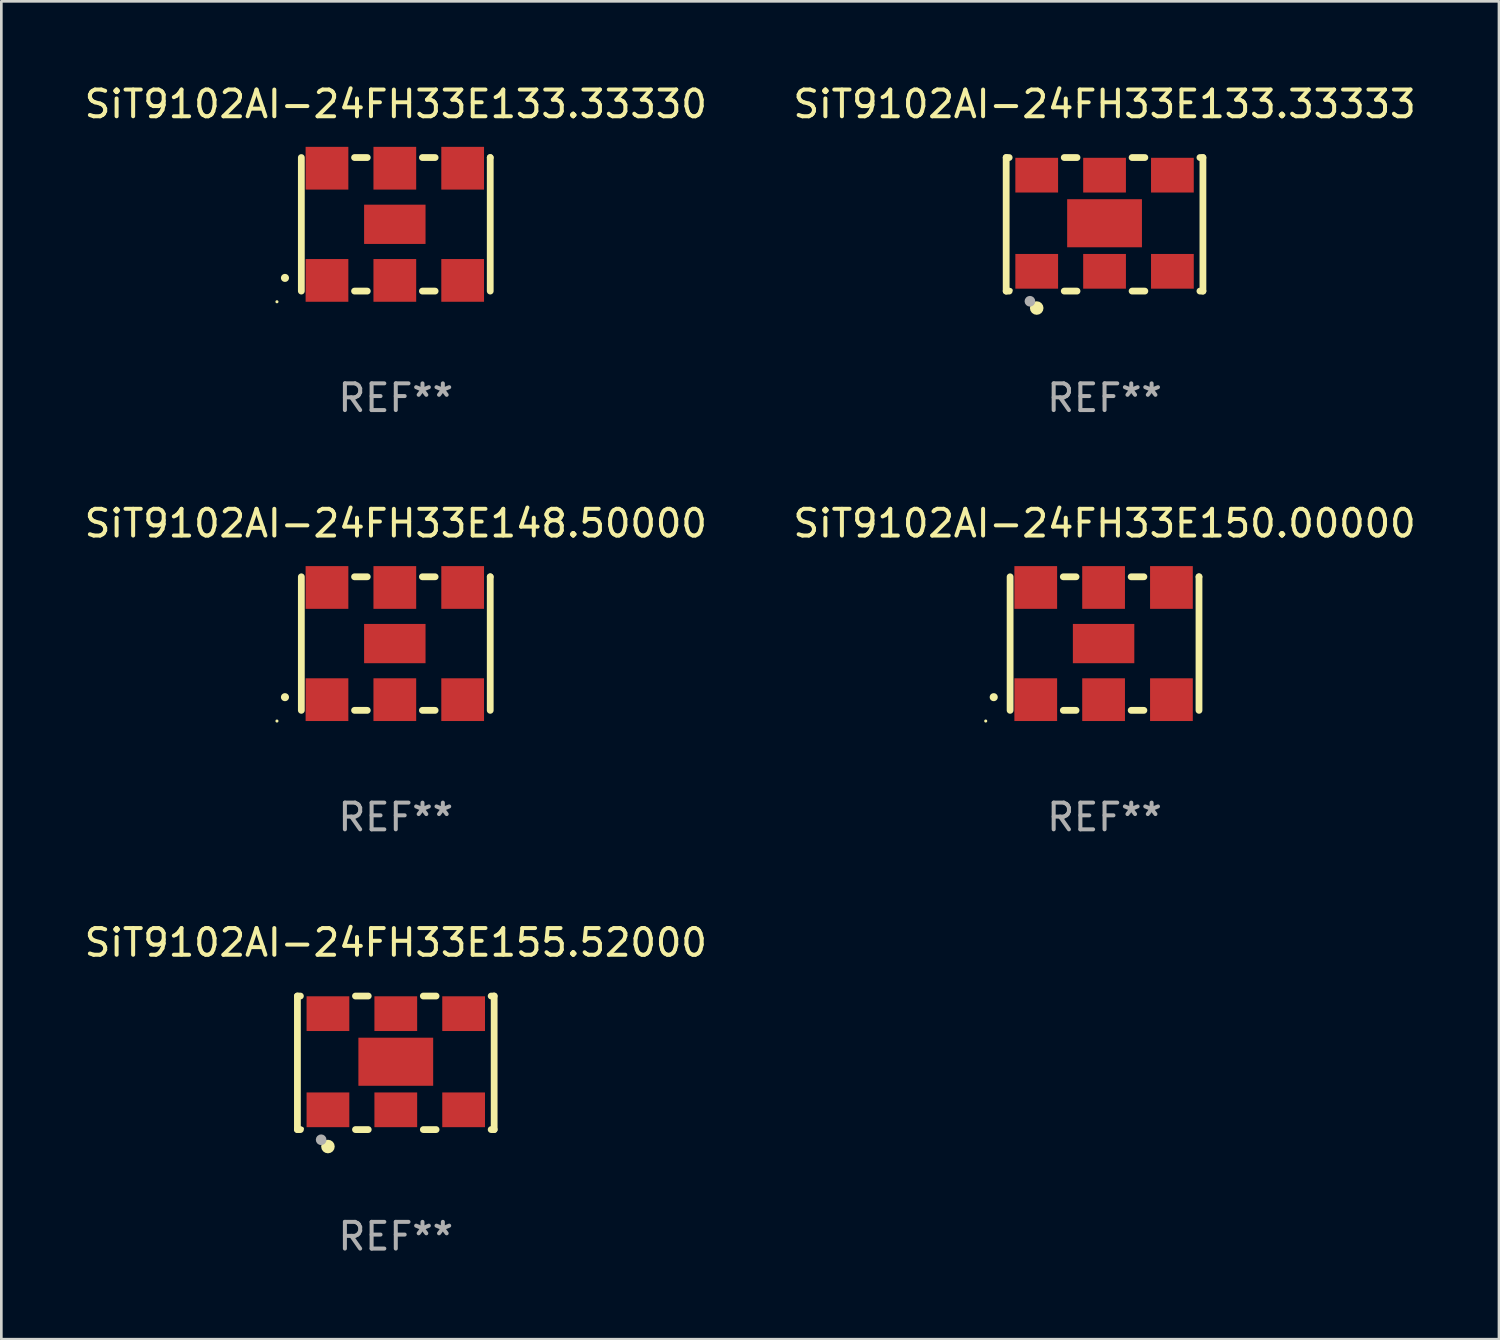
<source format=kicad_pcb>
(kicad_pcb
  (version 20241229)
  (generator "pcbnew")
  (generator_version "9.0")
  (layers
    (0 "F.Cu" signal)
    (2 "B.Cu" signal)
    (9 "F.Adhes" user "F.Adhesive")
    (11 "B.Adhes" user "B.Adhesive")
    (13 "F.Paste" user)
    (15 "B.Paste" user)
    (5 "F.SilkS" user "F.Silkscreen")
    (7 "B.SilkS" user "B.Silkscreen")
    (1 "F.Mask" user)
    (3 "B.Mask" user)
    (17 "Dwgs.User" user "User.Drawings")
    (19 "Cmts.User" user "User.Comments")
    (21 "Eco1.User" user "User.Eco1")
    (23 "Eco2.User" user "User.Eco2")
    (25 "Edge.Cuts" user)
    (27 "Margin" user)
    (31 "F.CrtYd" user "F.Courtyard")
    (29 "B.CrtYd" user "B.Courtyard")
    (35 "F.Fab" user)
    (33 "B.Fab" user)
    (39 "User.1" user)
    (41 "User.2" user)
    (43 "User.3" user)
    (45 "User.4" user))
  (footprint "SiT9102AI-24FH33E133.33330"
    (layer "F.Cu")
    (at 11.768 5.348)
    (property "Reference" "SiT9102AI-24FH33E133.33330" (at 0 -4.5 0) (layer "F.SilkS") (effects (font (size 1 1) (thickness 0.15))))
    (attr through_hole)
    (fp_line (start -3.536 -2.5) (end -3.536 2.5) (stroke (width 0.254) (type solid)) (layer "F.SilkS"))
    (fp_line (start -1.544 2.5) (end -1.067 2.5) (stroke (width 0.254) (type solid)) (layer "F.SilkS"))
    (fp_line (start -1.067 -2.5) (end -1.544 -2.5) (stroke (width 0.254) (type solid)) (layer "F.SilkS"))
    (fp_line (start 0.996 2.5) (end 1.473 2.5) (stroke (width 0.254) (type solid)) (layer "F.SilkS"))
    (fp_line (start 1.473 -2.5) (end 0.996 -2.5) (stroke (width 0.254) (type solid)) (layer "F.SilkS"))
    (fp_line (start 3.536 -2.5) (end 3.536 -2.5) (stroke (width 0.254) (type solid)) (layer "F.SilkS"))
    (fp_line (start 3.536 2.5) (end 3.536 -2.5) (stroke (width 0.254) (type solid)) (layer "F.SilkS"))
    (fp_arc (start -4.150432 2.006604) (mid -4.149162 2.006599) (end -4.147892 2.006604) (stroke (width 0.3) (type solid)) (layer "F.SilkS"))
    (fp_circle (center -4.449 2.9) (end -4.419 2.9) (stroke (width 0.06) (type solid)) (fill no) (layer "F.SilkS"))
    (fp_text user "REF**" (at 0 6.5 0) (layer "F.Fab") (effects (font (size 1 1) (thickness 0.15))))
    (pad "1" smd rect (at -2.576 2.1) (size 1.6 1.6) (layers "F.Cu" "F.Mask" "F.Paste"))
    (pad "2" smd rect (at -0.036 2.1) (size 1.6 1.6) (layers "F.Cu" "F.Mask" "F.Paste"))
    (pad "3" smd rect (at 2.504 2.1) (size 1.6 1.6) (layers "F.Cu" "F.Mask" "F.Paste"))
    (pad "4" smd rect (at 2.504 -2.1) (size 1.6 1.6) (layers "F.Cu" "F.Mask" "F.Paste"))
    (pad "5" smd rect (at -0.036 -2.1) (size 1.6 1.6) (layers "F.Cu" "F.Mask" "F.Paste"))
    (pad "6" smd rect (at -2.576 -2.1) (size 1.6 1.6) (layers "F.Cu" "F.Mask" "F.Paste"))
    (pad "7" smd rect (at -0.036 0) (size 2.3 1.47) (layers "F.Cu" "F.Mask" "F.Paste")))
  (footprint "SiT9102AI-24FH33E133.33333"
    (layer "F.Cu")
    (at 38.304 5.348)
    (property "Reference" "SiT9102AI-24FH33E133.33333" (at 0 -4.5 0) (layer "F.SilkS") (effects (font (size 1 1) (thickness 0.15))))
    (attr through_hole)
    (fp_line (start -3.683 -2.5) (end -3.571 -2.5) (stroke (width 0.254) (type solid)) (layer "F.SilkS"))
    (fp_line (start -3.683 2.5) (end -3.683 -2.5) (stroke (width 0.254) (type solid)) (layer "F.SilkS"))
    (fp_line (start -3.683 2.5) (end -3.571 2.5) (stroke (width 0.254) (type solid)) (layer "F.SilkS"))
    (fp_line (start -1.509 -2.5) (end -1.031 -2.5) (stroke (width 0.254) (type solid)) (layer "F.SilkS"))
    (fp_line (start -1.509 2.5) (end -1.031 2.5) (stroke (width 0.254) (type solid)) (layer "F.SilkS"))
    (fp_line (start 1.031 -2.5) (end 1.509 -2.5) (stroke (width 0.254) (type solid)) (layer "F.SilkS"))
    (fp_line (start 1.031 2.5) (end 1.509 2.5) (stroke (width 0.254) (type solid)) (layer "F.SilkS"))
    (fp_line (start 3.571 -2.5) (end 3.683 -2.5) (stroke (width 0.254) (type solid)) (layer "F.SilkS"))
    (fp_line (start 3.571 2.5) (end 3.683 2.5) (stroke (width 0.254) (type solid)) (layer "F.SilkS"))
    (fp_line (start 3.683 2.5) (end 3.683 -2.5) (stroke (width 0.254) (type solid)) (layer "F.SilkS"))
    (fp_circle (center -3.5 2.46) (end -3.47 2.46) (stroke (width 0.06) (type solid)) (fill no) (layer "F.SilkS"))
    (fp_circle (center -2.54 3.135) (end -2.413 3.135) (stroke (width 0.254) (type solid)) (fill no) (layer "F.SilkS"))
    (fp_circle (center -2.794 2.881) (end -2.694 2.881) (stroke (width 0.2) (type solid)) (fill no) (layer "F.Fab"))
    (fp_text user "REF**" (at 0 6.5 0) (layer "F.Fab") (effects (font (size 1 1) (thickness 0.15))))
    (pad "1" smd rect (at -2.54 1.76) (size 1.6 1.3) (layers "F.Cu" "F.Mask" "F.Paste"))
    (pad "2" smd rect (at 0 1.76) (size 1.6 1.3) (layers "F.Cu" "F.Mask" "F.Paste"))
    (pad "3" smd rect (at 2.54 1.76) (size 1.6 1.3) (layers "F.Cu" "F.Mask" "F.Paste"))
    (pad "4" smd rect (at 2.54 -1.84) (size 1.6 1.3) (layers "F.Cu" "F.Mask" "F.Paste"))
    (pad "5" smd rect (at 0 -1.84) (size 1.6 1.3) (layers "F.Cu" "F.Mask" "F.Paste"))
    (pad "6" smd rect (at -2.54 -1.84) (size 1.6 1.3) (layers "F.Cu" "F.Mask" "F.Paste"))
    (pad "7" smd rect (at 0 -0.04) (size 2.8 1.8) (layers "F.Cu" "F.Mask" "F.Paste")))
  (footprint "SiT9102AI-24FH33E150.00000"
    (layer "F.Cu")
    (at 38.304 21.045)
    (property "Reference" "SiT9102AI-24FH33E150.00000" (at 0 -4.5 0) (layer "F.SilkS") (effects (font (size 1 1) (thickness 0.15))))
    (attr through_hole)
    (fp_line (start -3.536 -2.5) (end -3.536 2.5) (stroke (width 0.254) (type solid)) (layer "F.SilkS"))
    (fp_line (start -1.544 2.5) (end -1.067 2.5) (stroke (width 0.254) (type solid)) (layer "F.SilkS"))
    (fp_line (start -1.067 -2.5) (end -1.544 -2.5) (stroke (width 0.254) (type solid)) (layer "F.SilkS"))
    (fp_line (start 0.996 2.5) (end 1.473 2.5) (stroke (width 0.254) (type solid)) (layer "F.SilkS"))
    (fp_line (start 1.473 -2.5) (end 0.996 -2.5) (stroke (width 0.254) (type solid)) (layer "F.SilkS"))
    (fp_line (start 3.536 -2.5) (end 3.536 -2.5) (stroke (width 0.254) (type solid)) (layer "F.SilkS"))
    (fp_line (start 3.536 2.5) (end 3.536 -2.5) (stroke (width 0.254) (type solid)) (layer "F.SilkS"))
    (fp_arc (start -4.150432 2.006604) (mid -4.149162 2.006599) (end -4.147892 2.006604) (stroke (width 0.3) (type solid)) (layer "F.SilkS"))
    (fp_circle (center -4.449 2.9) (end -4.419 2.9) (stroke (width 0.06) (type solid)) (fill no) (layer "F.SilkS"))
    (fp_text user "REF**" (at 0 6.5 0) (layer "F.Fab") (effects (font (size 1 1) (thickness 0.15))))
    (pad "1" smd rect (at -2.576 2.1) (size 1.6 1.6) (layers "F.Cu" "F.Mask" "F.Paste"))
    (pad "2" smd rect (at -0.036 2.1) (size 1.6 1.6) (layers "F.Cu" "F.Mask" "F.Paste"))
    (pad "3" smd rect (at 2.504 2.1) (size 1.6 1.6) (layers "F.Cu" "F.Mask" "F.Paste"))
    (pad "4" smd rect (at 2.504 -2.1) (size 1.6 1.6) (layers "F.Cu" "F.Mask" "F.Paste"))
    (pad "5" smd rect (at -0.036 -2.1) (size 1.6 1.6) (layers "F.Cu" "F.Mask" "F.Paste"))
    (pad "6" smd rect (at -2.576 -2.1) (size 1.6 1.6) (layers "F.Cu" "F.Mask" "F.Paste"))
    (pad "7" smd rect (at -0.036 0) (size 2.3 1.47) (layers "F.Cu" "F.Mask" "F.Paste")))
  (footprint "SiT9102AI-24FH33E148.50000"
    (layer "F.Cu")
    (at 11.768 21.045)
    (property "Reference" "SiT9102AI-24FH33E148.50000" (at 0 -4.5 0) (layer "F.SilkS") (effects (font (size 1 1) (thickness 0.15))))
    (attr through_hole)
    (fp_line (start -3.536 -2.5) (end -3.536 2.5) (stroke (width 0.254) (type solid)) (layer "F.SilkS"))
    (fp_line (start -1.544 2.5) (end -1.067 2.5) (stroke (width 0.254) (type solid)) (layer "F.SilkS"))
    (fp_line (start -1.067 -2.5) (end -1.544 -2.5) (stroke (width 0.254) (type solid)) (layer "F.SilkS"))
    (fp_line (start 0.996 2.5) (end 1.473 2.5) (stroke (width 0.254) (type solid)) (layer "F.SilkS"))
    (fp_line (start 1.473 -2.5) (end 0.996 -2.5) (stroke (width 0.254) (type solid)) (layer "F.SilkS"))
    (fp_line (start 3.536 -2.5) (end 3.536 -2.5) (stroke (width 0.254) (type solid)) (layer "F.SilkS"))
    (fp_line (start 3.536 2.5) (end 3.536 -2.5) (stroke (width 0.254) (type solid)) (layer "F.SilkS"))
    (fp_arc (start -4.150432 2.006604) (mid -4.149162 2.006599) (end -4.147892 2.006604) (stroke (width 0.3) (type solid)) (layer "F.SilkS"))
    (fp_circle (center -4.449 2.9) (end -4.419 2.9) (stroke (width 0.06) (type solid)) (fill no) (layer "F.SilkS"))
    (fp_text user "REF**" (at 0 6.5 0) (layer "F.Fab") (effects (font (size 1 1) (thickness 0.15))))
    (pad "1" smd rect (at -2.576 2.1) (size 1.6 1.6) (layers "F.Cu" "F.Mask" "F.Paste"))
    (pad "2" smd rect (at -0.036 2.1) (size 1.6 1.6) (layers "F.Cu" "F.Mask" "F.Paste"))
    (pad "3" smd rect (at 2.504 2.1) (size 1.6 1.6) (layers "F.Cu" "F.Mask" "F.Paste"))
    (pad "4" smd rect (at 2.504 -2.1) (size 1.6 1.6) (layers "F.Cu" "F.Mask" "F.Paste"))
    (pad "5" smd rect (at -0.036 -2.1) (size 1.6 1.6) (layers "F.Cu" "F.Mask" "F.Paste"))
    (pad "6" smd rect (at -2.576 -2.1) (size 1.6 1.6) (layers "F.Cu" "F.Mask" "F.Paste"))
    (pad "7" smd rect (at -0.036 0) (size 2.3 1.47) (layers "F.Cu" "F.Mask" "F.Paste")))
  (footprint "SiT9102AI-24FH33E155.52000"
    (layer "F.Cu")
    (at 11.768 36.741)
    (property "Reference" "SiT9102AI-24FH33E155.52000" (at 0 -4.5 0) (layer "F.SilkS") (effects (font (size 1 1) (thickness 0.15))))
    (attr through_hole)
    (fp_line (start -3.683 -2.5) (end -3.571 -2.5) (stroke (width 0.254) (type solid)) (layer "F.SilkS"))
    (fp_line (start -3.683 2.5) (end -3.683 -2.5) (stroke (width 0.254) (type solid)) (layer "F.SilkS"))
    (fp_line (start -3.683 2.5) (end -3.571 2.5) (stroke (width 0.254) (type solid)) (layer "F.SilkS"))
    (fp_line (start -1.509 -2.5) (end -1.031 -2.5) (stroke (width 0.254) (type solid)) (layer "F.SilkS"))
    (fp_line (start -1.509 2.5) (end -1.031 2.5) (stroke (width 0.254) (type solid)) (layer "F.SilkS"))
    (fp_line (start 1.031 -2.5) (end 1.509 -2.5) (stroke (width 0.254) (type solid)) (layer "F.SilkS"))
    (fp_line (start 1.031 2.5) (end 1.509 2.5) (stroke (width 0.254) (type solid)) (layer "F.SilkS"))
    (fp_line (start 3.571 -2.5) (end 3.683 -2.5) (stroke (width 0.254) (type solid)) (layer "F.SilkS"))
    (fp_line (start 3.571 2.5) (end 3.683 2.5) (stroke (width 0.254) (type solid)) (layer "F.SilkS"))
    (fp_line (start 3.683 2.5) (end 3.683 -2.5) (stroke (width 0.254) (type solid)) (layer "F.SilkS"))
    (fp_circle (center -3.5 2.46) (end -3.47 2.46) (stroke (width 0.06) (type solid)) (fill no) (layer "F.SilkS"))
    (fp_circle (center -2.54 3.135) (end -2.413 3.135) (stroke (width 0.254) (type solid)) (fill no) (layer "F.SilkS"))
    (fp_circle (center -2.794 2.881) (end -2.694 2.881) (stroke (width 0.2) (type solid)) (fill no) (layer "F.Fab"))
    (fp_text user "REF**" (at 0 6.5 0) (layer "F.Fab") (effects (font (size 1 1) (thickness 0.15))))
    (pad "1" smd rect (at -2.54 1.76) (size 1.6 1.3) (layers "F.Cu" "F.Mask" "F.Paste"))
    (pad "2" smd rect (at 0 1.76) (size 1.6 1.3) (layers "F.Cu" "F.Mask" "F.Paste"))
    (pad "3" smd rect (at 2.54 1.76) (size 1.6 1.3) (layers "F.Cu" "F.Mask" "F.Paste"))
    (pad "4" smd rect (at 2.54 -1.84) (size 1.6 1.3) (layers "F.Cu" "F.Mask" "F.Paste"))
    (pad "5" smd rect (at 0 -1.84) (size 1.6 1.3) (layers "F.Cu" "F.Mask" "F.Paste"))
    (pad "6" smd rect (at -2.54 -1.84) (size 1.6 1.3) (layers "F.Cu" "F.Mask" "F.Paste"))
    (pad "7" smd rect (at 0 -0.04) (size 2.8 1.8) (layers "F.Cu" "F.Mask" "F.Paste")))
  (gr_rect
    (start -3 -3)
    (end 53.071 47.09)
    (stroke (width 0.1) (type default))
    (fill no)
    (layer "Edge.Cuts")))
</source>
